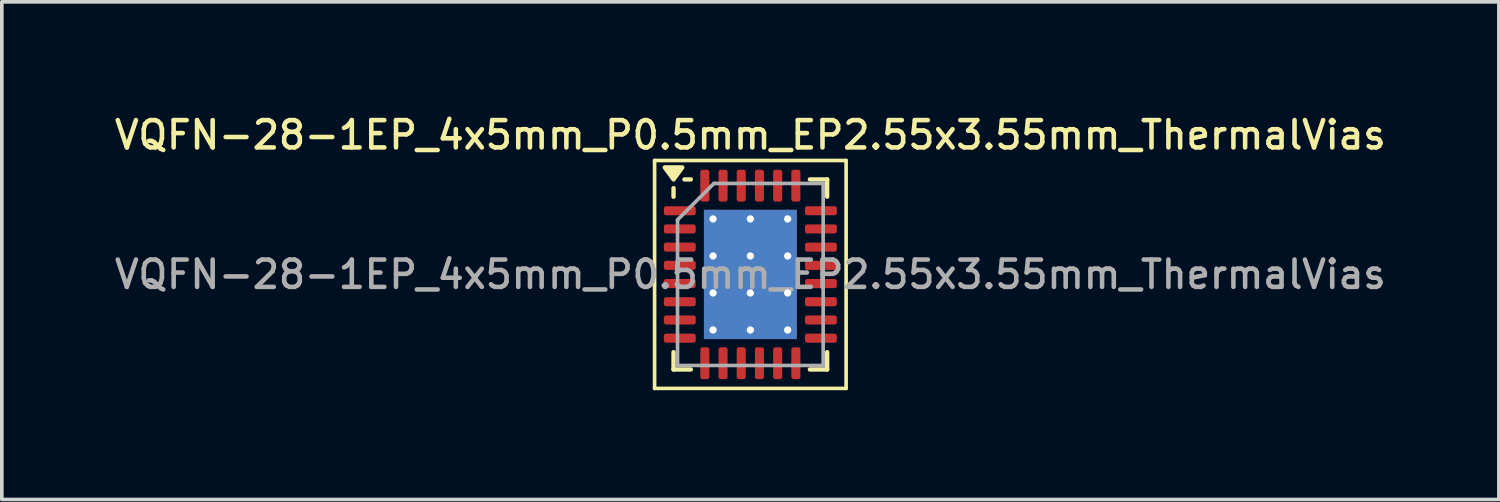
<source format=kicad_pcb>
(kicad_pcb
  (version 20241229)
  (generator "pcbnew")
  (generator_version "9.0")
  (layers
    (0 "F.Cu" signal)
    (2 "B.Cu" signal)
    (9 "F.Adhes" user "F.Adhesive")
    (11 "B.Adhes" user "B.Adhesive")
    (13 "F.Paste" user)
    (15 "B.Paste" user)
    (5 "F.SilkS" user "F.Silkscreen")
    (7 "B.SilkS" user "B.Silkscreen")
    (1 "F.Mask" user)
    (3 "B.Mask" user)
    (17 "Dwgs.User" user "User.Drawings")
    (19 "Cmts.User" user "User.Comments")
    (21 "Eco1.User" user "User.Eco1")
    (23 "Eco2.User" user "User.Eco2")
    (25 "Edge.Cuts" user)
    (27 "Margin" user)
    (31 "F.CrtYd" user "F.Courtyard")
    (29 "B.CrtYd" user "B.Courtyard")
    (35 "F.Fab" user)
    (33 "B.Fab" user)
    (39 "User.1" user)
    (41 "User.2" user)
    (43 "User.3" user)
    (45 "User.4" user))
  (footprint "VQFN-28-1EP_4x5mm_P0.5mm_EP2.55x3.55mm_ThermalVias"
    (layer "F.Cu")
    (at 17.559 4.488)
    (property "Reference" "VQFN-28-1EP_4x5mm_P0.5mm_EP2.55x3.55mm_ThermalVias" (at 0 -3.83 0) (layer "F.SilkS") (effects (font (size 0.75 0.75) (thickness 0.125))))
    (attr smd)
    (fp_line (start -2.63 -3.13) (end -2.63 3.13) (stroke (width 0.1) (type solid)) (layer "F.SilkS"))
    (fp_line (start -2.63 3.13) (end 2.63 3.13) (stroke (width 0.1) (type solid)) (layer "F.SilkS"))
    (fp_line (start -2.11 -2.135) (end -2.11 -2.37) (stroke (width 0.12) (type solid)) (layer "F.SilkS"))
    (fp_line (start -2.11 2.61) (end -2.11 2.135) (stroke (width 0.12) (type solid)) (layer "F.SilkS"))
    (fp_line (start -1.635 -2.61) (end -1.81 -2.61) (stroke (width 0.12) (type solid)) (layer "F.SilkS"))
    (fp_line (start -1.635 2.61) (end -2.11 2.61) (stroke (width 0.12) (type solid)) (layer "F.SilkS"))
    (fp_line (start 1.635 -2.61) (end 2.11 -2.61) (stroke (width 0.12) (type solid)) (layer "F.SilkS"))
    (fp_line (start 1.635 2.61) (end 2.11 2.61) (stroke (width 0.12) (type solid)) (layer "F.SilkS"))
    (fp_line (start 2.11 -2.61) (end 2.11 -2.135) (stroke (width 0.12) (type solid)) (layer "F.SilkS"))
    (fp_line (start 2.11 2.61) (end 2.11 2.135) (stroke (width 0.12) (type solid)) (layer "F.SilkS"))
    (fp_line (start 2.63 -3.13) (end -2.63 -3.13) (stroke (width 0.1) (type solid)) (layer "F.SilkS"))
    (fp_line (start 2.63 3.13) (end 2.63 -3.13) (stroke (width 0.1) (type solid)) (layer "F.SilkS"))
    (fp_poly (pts (xy -2.11 -2.61) (xy -2.35 -2.94) (xy -1.87 -2.94) (xy -2.11 -2.61)) (stroke (width 0.12) (type solid)) (fill yes) (layer "F.SilkS"))
    (fp_line (start -2 -1.5) (end -1 -2.5) (stroke (width 0.1) (type solid)) (layer "F.Fab"))
    (fp_line (start -2 2.5) (end -2 -1.5) (stroke (width 0.1) (type solid)) (layer "F.Fab"))
    (fp_line (start -1 -2.5) (end 2 -2.5) (stroke (width 0.1) (type solid)) (layer "F.Fab"))
    (fp_line (start 2 -2.5) (end 2 2.5) (stroke (width 0.1) (type solid)) (layer "F.Fab"))
    (fp_line (start 2 2.5) (end -2 2.5) (stroke (width 0.1) (type solid)) (layer "F.Fab"))
    (fp_text user "${REFERENCE}" (at 0 0 0) (layer "F.Fab") (effects (font (size 0.75 0.75) (thickness 0.125))))
    (pad "" smd roundrect (at -0.635 -1.18) (size 1.03 0.95) (layers "F.Paste") (roundrect_rratio 0.25))
    (pad "" smd roundrect (at -0.635 0) (size 1.03 0.95) (layers "F.Paste") (roundrect_rratio 0.25))
    (pad "" smd roundrect (at -0.635 1.18) (size 1.03 0.95) (layers "F.Paste") (roundrect_rratio 0.25))
    (pad "" smd roundrect (at 0.635 -1.18) (size 1.03 0.95) (layers "F.Paste") (roundrect_rratio 0.25))
    (pad "" smd roundrect (at 0.635 0) (size 1.03 0.95) (layers "F.Paste") (roundrect_rratio 0.25))
    (pad "" smd roundrect (at 0.635 1.18) (size 1.03 0.95) (layers "F.Paste") (roundrect_rratio 0.25))
    (pad "1" smd roundrect (at -1.938 -1.75) (size 0.875 0.25) (layers "F.Cu" "F.Mask" "F.Paste") (roundrect_rratio 0.25))
    (pad "2" smd roundrect (at -1.938 -1.25) (size 0.875 0.25) (layers "F.Cu" "F.Mask" "F.Paste") (roundrect_rratio 0.25))
    (pad "3" smd roundrect (at -1.938 -0.75) (size 0.875 0.25) (layers "F.Cu" "F.Mask" "F.Paste") (roundrect_rratio 0.25))
    (pad "4" smd roundrect (at -1.938 -0.25) (size 0.875 0.25) (layers "F.Cu" "F.Mask" "F.Paste") (roundrect_rratio 0.25))
    (pad "5" smd roundrect (at -1.938 0.25) (size 0.875 0.25) (layers "F.Cu" "F.Mask" "F.Paste") (roundrect_rratio 0.25))
    (pad "6" smd roundrect (at -1.938 0.75) (size 0.875 0.25) (layers "F.Cu" "F.Mask" "F.Paste") (roundrect_rratio 0.25))
    (pad "7" smd roundrect (at -1.938 1.25) (size 0.875 0.25) (layers "F.Cu" "F.Mask" "F.Paste") (roundrect_rratio 0.25))
    (pad "8" smd roundrect (at -1.938 1.75) (size 0.875 0.25) (layers "F.Cu" "F.Mask" "F.Paste") (roundrect_rratio 0.25))
    (pad "9" smd roundrect (at -1.25 2.438) (size 0.25 0.875) (layers "F.Cu" "F.Mask" "F.Paste") (roundrect_rratio 0.25))
    (pad "10" smd roundrect (at -0.75 2.438) (size 0.25 0.875) (layers "F.Cu" "F.Mask" "F.Paste") (roundrect_rratio 0.25))
    (pad "11" smd roundrect (at -0.25 2.438) (size 0.25 0.875) (layers "F.Cu" "F.Mask" "F.Paste") (roundrect_rratio 0.25))
    (pad "12" smd roundrect (at 0.25 2.438) (size 0.25 0.875) (layers "F.Cu" "F.Mask" "F.Paste") (roundrect_rratio 0.25))
    (pad "13" smd roundrect (at 0.75 2.438) (size 0.25 0.875) (layers "F.Cu" "F.Mask" "F.Paste") (roundrect_rratio 0.25))
    (pad "14" smd roundrect (at 1.25 2.438) (size 0.25 0.875) (layers "F.Cu" "F.Mask" "F.Paste") (roundrect_rratio 0.25))
    (pad "15" smd roundrect (at 1.938 1.75) (size 0.875 0.25) (layers "F.Cu" "F.Mask" "F.Paste") (roundrect_rratio 0.25))
    (pad "16" smd roundrect (at 1.938 1.25) (size 0.875 0.25) (layers "F.Cu" "F.Mask" "F.Paste") (roundrect_rratio 0.25))
    (pad "17" smd roundrect (at 1.938 0.75) (size 0.875 0.25) (layers "F.Cu" "F.Mask" "F.Paste") (roundrect_rratio 0.25))
    (pad "18" smd roundrect (at 1.938 0.25) (size 0.875 0.25) (layers "F.Cu" "F.Mask" "F.Paste") (roundrect_rratio 0.25))
    (pad "19" smd roundrect (at 1.938 -0.25) (size 0.875 0.25) (layers "F.Cu" "F.Mask" "F.Paste") (roundrect_rratio 0.25))
    (pad "20" smd roundrect (at 1.938 -0.75) (size 0.875 0.25) (layers "F.Cu" "F.Mask" "F.Paste") (roundrect_rratio 0.25))
    (pad "21" smd roundrect (at 1.938 -1.25) (size 0.875 0.25) (layers "F.Cu" "F.Mask" "F.Paste") (roundrect_rratio 0.25))
    (pad "22" smd roundrect (at 1.938 -1.75) (size 0.875 0.25) (layers "F.Cu" "F.Mask" "F.Paste") (roundrect_rratio 0.25))
    (pad "23" smd roundrect (at 1.25 -2.438) (size 0.25 0.875) (layers "F.Cu" "F.Mask" "F.Paste") (roundrect_rratio 0.25))
    (pad "24" smd roundrect (at 0.75 -2.438) (size 0.25 0.875) (layers "F.Cu" "F.Mask" "F.Paste") (roundrect_rratio 0.25))
    (pad "25" smd roundrect (at 0.25 -2.438) (size 0.25 0.875) (layers "F.Cu" "F.Mask" "F.Paste") (roundrect_rratio 0.25))
    (pad "26" smd roundrect (at -0.25 -2.438) (size 0.25 0.875) (layers "F.Cu" "F.Mask" "F.Paste") (roundrect_rratio 0.25))
    (pad "27" smd roundrect (at -0.75 -2.438) (size 0.25 0.875) (layers "F.Cu" "F.Mask" "F.Paste") (roundrect_rratio 0.25))
    (pad "28" smd roundrect (at -1.25 -2.438) (size 0.25 0.875) (layers "F.Cu" "F.Mask" "F.Paste") (roundrect_rratio 0.25))
    (pad "29" thru_hole circle (at -1.025 -1.525) (size 0.5 0.5) (drill 0.2) (property pad_prop_heatsink) (layers "*.Cu"))
    (pad "29" thru_hole circle (at -1.025 -0.508) (size 0.5 0.5) (drill 0.2) (property pad_prop_heatsink) (layers "*.Cu"))
    (pad "29" thru_hole circle (at -1.025 0.508) (size 0.5 0.5) (drill 0.2) (property pad_prop_heatsink) (layers "*.Cu"))
    (pad "29" thru_hole circle (at -1.025 1.525) (size 0.5 0.5) (drill 0.2) (property pad_prop_heatsink) (layers "*.Cu"))
    (pad "29" thru_hole circle (at 0 -1.525) (size 0.5 0.5) (drill 0.2) (property pad_prop_heatsink) (layers "*.Cu"))
    (pad "29" thru_hole circle (at 0 -0.508) (size 0.5 0.5) (drill 0.2) (property pad_prop_heatsink) (layers "*.Cu"))
    (pad "29" smd rect (at 0 0) (size 2.55 3.55) (property pad_prop_heatsink) (layers "F.Cu" "F.Mask"))
    (pad "29" smd rect (at 0 0) (size 2.55 3.55) (property pad_prop_heatsink) (layers "B.Cu"))
    (pad "29" thru_hole circle (at 0 0.508) (size 0.5 0.5) (drill 0.2) (property pad_prop_heatsink) (layers "*.Cu"))
    (pad "29" thru_hole circle (at 0 1.525) (size 0.5 0.5) (drill 0.2) (property pad_prop_heatsink) (layers "*.Cu"))
    (pad "29" thru_hole circle (at 1.025 -1.525) (size 0.5 0.5) (drill 0.2) (property pad_prop_heatsink) (layers "*.Cu"))
    (pad "29" thru_hole circle (at 1.025 -0.508) (size 0.5 0.5) (drill 0.2) (property pad_prop_heatsink) (layers "*.Cu"))
    (pad "29" thru_hole circle (at 1.025 0.508) (size 0.5 0.5) (drill 0.2) (property pad_prop_heatsink) (layers "*.Cu"))
    (pad "29" thru_hole circle (at 1.025 1.525) (size 0.5 0.5) (drill 0.2) (property pad_prop_heatsink) (layers "*.Cu")))
  (gr_rect
    (start -3 -3)
    (end 38.118 10.668)
    (stroke (width 0.1) (type default))
    (fill no)
    (layer "Edge.Cuts")))
</source>
